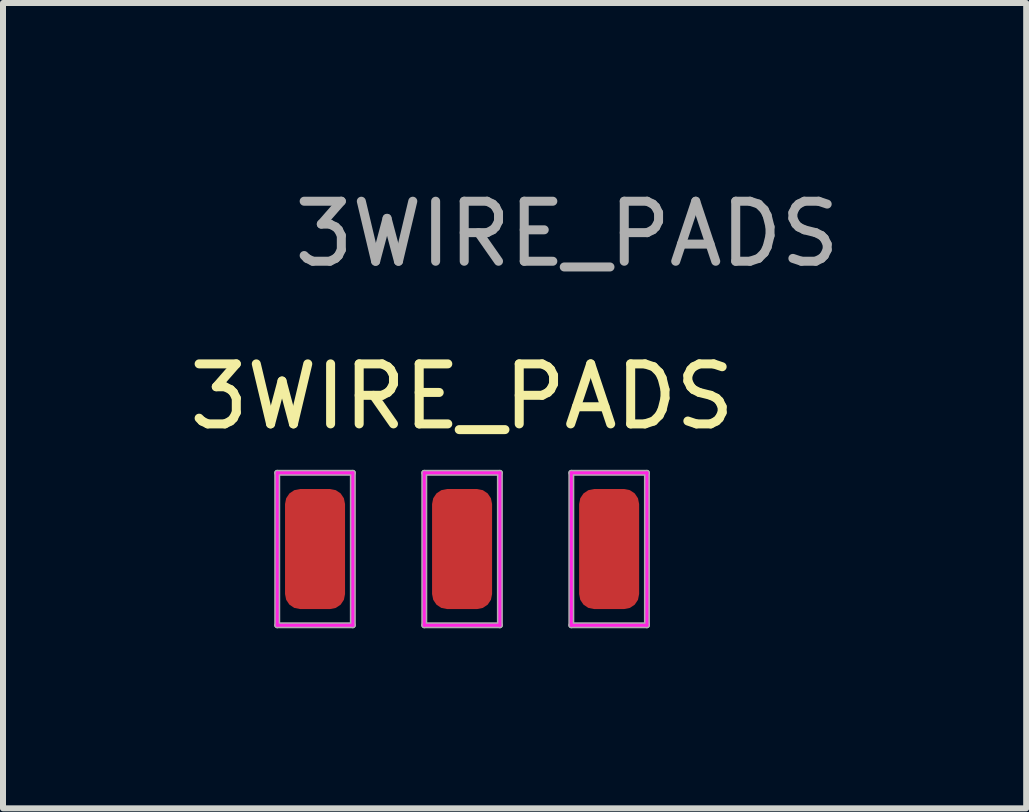
<source format=kicad_pcb>
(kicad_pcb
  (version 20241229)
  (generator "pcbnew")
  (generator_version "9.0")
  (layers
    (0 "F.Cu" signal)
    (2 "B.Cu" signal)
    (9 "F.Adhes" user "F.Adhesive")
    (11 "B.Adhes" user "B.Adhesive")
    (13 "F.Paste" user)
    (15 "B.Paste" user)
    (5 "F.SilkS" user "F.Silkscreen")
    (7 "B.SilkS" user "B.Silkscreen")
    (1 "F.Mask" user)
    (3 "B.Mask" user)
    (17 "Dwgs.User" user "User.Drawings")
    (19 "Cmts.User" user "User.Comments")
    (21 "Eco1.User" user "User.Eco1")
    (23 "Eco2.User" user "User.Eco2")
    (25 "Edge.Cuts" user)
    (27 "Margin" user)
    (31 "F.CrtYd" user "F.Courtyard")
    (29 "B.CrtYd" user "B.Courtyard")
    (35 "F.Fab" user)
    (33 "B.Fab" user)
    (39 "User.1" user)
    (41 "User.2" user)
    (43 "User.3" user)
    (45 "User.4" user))
  (footprint "3WIRE_PADS"
    (layer "F.Cu")
    (at 4.649 6.098)
    (property "Reference" "3WIRE_PADS" (at 0 -2.54 0) (layer "F.SilkS") (effects (font (size 1 1) (thickness 0.15))))
    (attr exclude_from_pos_files exclude_from_bom)
    (fp_line (start -3.08 -1.27) (end -3.08 1.27) (stroke (width 0.05) (type solid)) (layer "F.CrtYd"))
    (fp_line (start -3.08 1.27) (end -1.82 1.27) (stroke (width 0.05) (type solid)) (layer "F.CrtYd"))
    (fp_line (start -1.82 -1.27) (end -3.08 -1.27) (stroke (width 0.05) (type solid)) (layer "F.CrtYd"))
    (fp_line (start -1.82 1.27) (end -1.82 -1.27) (stroke (width 0.05) (type solid)) (layer "F.CrtYd"))
    (fp_line (start -0.63 -1.27) (end -0.63 1.27) (stroke (width 0.05) (type solid)) (layer "F.CrtYd"))
    (fp_line (start -0.63 1.27) (end 0.63 1.27) (stroke (width 0.05) (type solid)) (layer "F.CrtYd"))
    (fp_line (start 0.63 -1.27) (end -0.63 -1.27) (stroke (width 0.05) (type solid)) (layer "F.CrtYd"))
    (fp_line (start 0.63 1.27) (end 0.63 -1.27) (stroke (width 0.05) (type solid)) (layer "F.CrtYd"))
    (fp_line (start 1.82 -1.27) (end 1.82 1.27) (stroke (width 0.05) (type solid)) (layer "F.CrtYd"))
    (fp_line (start 1.82 1.27) (end 3.08 1.27) (stroke (width 0.05) (type solid)) (layer "F.CrtYd"))
    (fp_line (start 3.08 -1.27) (end 1.82 -1.27) (stroke (width 0.05) (type solid)) (layer "F.CrtYd"))
    (fp_line (start 3.08 1.27) (end 3.08 -1.27) (stroke (width 0.05) (type solid)) (layer "F.CrtYd"))
    (fp_line (start -3.08 -1.27) (end -1.82 -1.27) (stroke (width 0.1) (type solid)) (layer "F.Fab"))
    (fp_line (start -3.08 1.27) (end -3.08 -1.27) (stroke (width 0.1) (type solid)) (layer "F.Fab"))
    (fp_line (start -1.82 -1.27) (end -1.82 1.27) (stroke (width 0.1) (type solid)) (layer "F.Fab"))
    (fp_line (start -1.82 1.27) (end -3.08 1.27) (stroke (width 0.1) (type solid)) (layer "F.Fab"))
    (fp_line (start -0.63 -1.27) (end 0.63 -1.27) (stroke (width 0.1) (type solid)) (layer "F.Fab"))
    (fp_line (start -0.63 1.27) (end -0.63 -1.27) (stroke (width 0.1) (type solid)) (layer "F.Fab"))
    (fp_line (start 0.63 -1.27) (end 0.63 1.27) (stroke (width 0.1) (type solid)) (layer "F.Fab"))
    (fp_line (start 0.63 1.27) (end -0.63 1.27) (stroke (width 0.1) (type solid)) (layer "F.Fab"))
    (fp_line (start 1.82 -1.27) (end 3.08 -1.27) (stroke (width 0.1) (type solid)) (layer "F.Fab"))
    (fp_line (start 1.82 1.27) (end 1.82 -1.27) (stroke (width 0.1) (type solid)) (layer "F.Fab"))
    (fp_line (start 3.08 -1.27) (end 3.08 1.27) (stroke (width 0.1) (type solid)) (layer "F.Fab"))
    (fp_line (start 3.08 1.27) (end 1.82 1.27) (stroke (width 0.1) (type solid)) (layer "F.Fab"))
    (fp_text user "${REFERENCE}" (at 1.75 -5.25 0) (layer "F.Fab") (effects (font (size 1 1) (thickness 0.15))))
    (pad "1" smd roundrect (at -2.45 0) (size 1 2) (layers "F.Cu" "F.Mask" "F.Paste") (roundrect_rratio 0.25))
    (pad "2" smd roundrect (at 0 0) (size 1 2) (layers "F.Cu" "F.Mask" "F.Paste") (roundrect_rratio 0.25))
    (pad "3" smd roundrect (at 2.45 0) (size 1 2) (layers "F.Cu" "F.Mask" "F.Paste") (roundrect_rratio 0.25)))
  (gr_rect
    (start -3 -3)
    (end 14.048 10.418)
    (stroke (width 0.1) (type default))
    (fill no)
    (layer "Edge.Cuts")))
</source>
